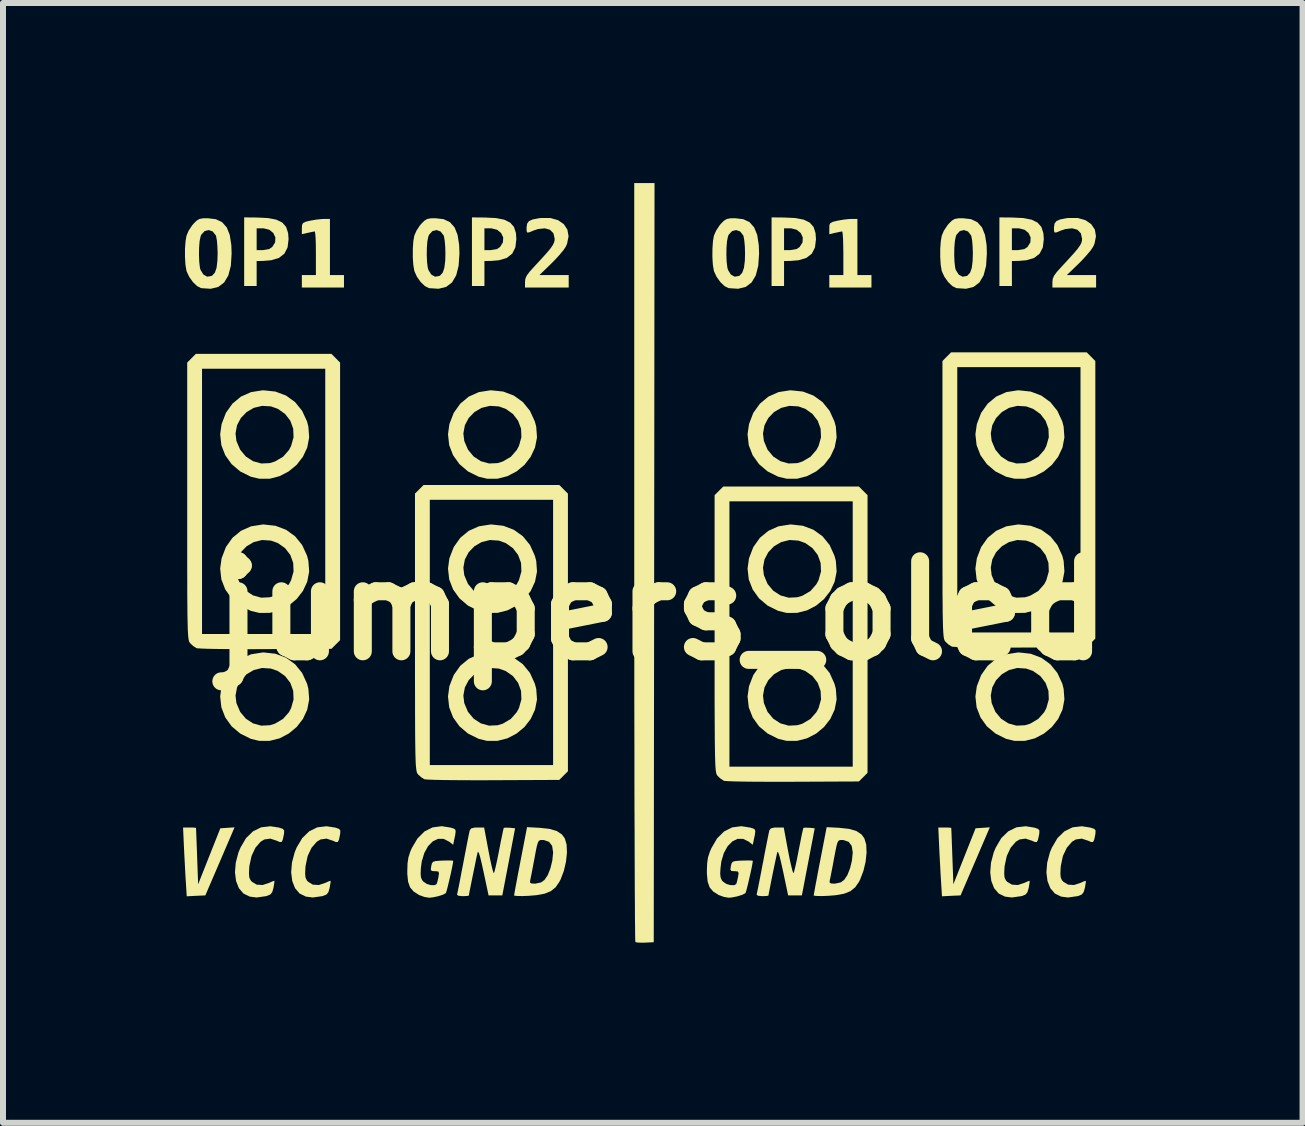
<source format=kicad_pcb>
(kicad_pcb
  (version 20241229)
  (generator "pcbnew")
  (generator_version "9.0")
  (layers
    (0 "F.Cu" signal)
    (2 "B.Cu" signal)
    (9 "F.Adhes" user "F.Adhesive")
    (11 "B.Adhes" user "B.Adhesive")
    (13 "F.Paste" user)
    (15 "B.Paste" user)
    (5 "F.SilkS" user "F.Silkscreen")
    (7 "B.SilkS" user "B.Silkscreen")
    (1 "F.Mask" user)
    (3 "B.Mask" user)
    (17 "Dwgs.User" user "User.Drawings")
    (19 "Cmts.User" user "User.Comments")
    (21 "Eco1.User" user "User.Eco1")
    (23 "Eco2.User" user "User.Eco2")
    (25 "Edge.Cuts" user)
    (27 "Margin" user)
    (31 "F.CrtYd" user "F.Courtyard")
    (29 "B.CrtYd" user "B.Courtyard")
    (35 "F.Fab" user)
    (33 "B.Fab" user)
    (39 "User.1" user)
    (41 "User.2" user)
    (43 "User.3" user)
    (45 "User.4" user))
  (footprint "jumpers_oled"
    (layer "F.Cu")
    (at 7.959 7.123)
    (property "Reference" "jumpers_oled" (at 0 0 0) (layer "F.SilkS") (effects (font (size 1.5 1.5) (thickness 0.3))))
    (attr board_only exclude_from_pos_files exclude_from_bom)
    (fp_poly (pts (xy -7.344 4.178) (xy -7.588 4.745) (xy -7.743 4.752) (xy -7.898 4.76) (xy -7.913 4.518) (xy -7.921 4.391) (xy -7.929 4.234) (xy -7.938 4.068) (xy -7.944 3.945) (xy -7.959 3.614) (xy -7.853 3.614) (xy -7.787 3.615) (xy -7.748 3.619) (xy -7.744 3.62) (xy -7.742 3.647) (xy -7.739 3.717) (xy -7.735 3.823) (xy -7.73 3.955) (xy -7.725 4.093) (xy -7.708 4.56) (xy -7.523 4.093) (xy -7.338 3.627) (xy -7.219 3.619) (xy -7.101 3.611)) (stroke (width 0) (type solid)) (fill yes) (layer "F.SilkS"))
    (fp_poly (pts (xy 5.239 4.178) (xy 4.995 4.745) (xy 4.84 4.752) (xy 4.685 4.76) (xy 4.67 4.518) (xy 4.662 4.391) (xy 4.654 4.234) (xy 4.645 4.068) (xy 4.639 3.945) (xy 4.624 3.614) (xy 4.73 3.614) (xy 4.796 3.615) (xy 4.835 3.619) (xy 4.839 3.62) (xy 4.841 3.647) (xy 4.844 3.717) (xy 4.848 3.823) (xy 4.853 3.955) (xy 4.858 4.093) (xy 4.875 4.56) (xy 5.06 4.093) (xy 5.245 3.627) (xy 5.364 3.619) (xy 5.482 3.611)) (stroke (width 0) (type solid)) (fill yes) (layer "F.SilkS"))
    (fp_poly (pts (xy -0.11 -0.799) (xy -0.117 5.525) (xy -0.261 5.532) (xy -0.344 5.533) (xy -0.404 5.528) (xy -0.423 5.521) (xy -0.425 5.494) (xy -0.427 5.417) (xy -0.428 5.292) (xy -0.43 5.123) (xy -0.431 4.91) (xy -0.433 4.656) (xy -0.434 4.364) (xy -0.435 4.035) (xy -0.436 3.673) (xy -0.438 3.278) (xy -0.439 2.855) (xy -0.439 2.403) (xy -0.44 1.927) (xy -0.441 1.428) (xy -0.441 0.908) (xy -0.442 0.37) (xy -0.442 -0.185) (xy -0.442 -0.753) (xy -0.442 -0.81) (xy -0.442 -7.123) (xy -0.273 -7.123) (xy -0.104 -7.123)) (stroke (width 0) (type solid)) (fill yes) (layer "F.SilkS"))
    (fp_poly (pts (xy -5.512 -6.058) (xy -5.512 -5.59) (xy -5.395 -5.59) (xy -5.278 -5.59) (xy -5.278 -5.486) (xy -5.278 -5.382) (xy -5.629 -5.382) (xy -5.98 -5.382) (xy -5.98 -5.486) (xy -5.98 -5.59) (xy -5.863 -5.59) (xy -5.746 -5.59) (xy -5.746 -5.954) (xy -5.747 -6.084) (xy -5.75 -6.194) (xy -5.756 -6.274) (xy -5.763 -6.314) (xy -5.765 -6.317) (xy -5.801 -6.311) (xy -5.865 -6.297) (xy -5.882 -6.294) (xy -5.98 -6.271) (xy -5.98 -6.368) (xy -5.977 -6.425) (xy -5.96 -6.457) (xy -5.917 -6.478) (xy -5.848 -6.495) (xy -5.747 -6.513) (xy -5.647 -6.524) (xy -5.614 -6.525) (xy -5.512 -6.525)) (stroke (width 0) (type solid)) (fill yes) (layer "F.SilkS"))
    (fp_poly (pts (xy 3.276 -6.058) (xy 3.276 -5.59) (xy 3.393 -5.59) (xy 3.51 -5.59) (xy 3.51 -5.486) (xy 3.51 -5.382) (xy 3.159 -5.382) (xy 2.808 -5.382) (xy 2.808 -5.486) (xy 2.808 -5.59) (xy 2.925 -5.59) (xy 3.042 -5.59) (xy 3.042 -5.954) (xy 3.04 -6.084) (xy 3.037 -6.194) (xy 3.031 -6.274) (xy 3.025 -6.314) (xy 3.022 -6.317) (xy 2.986 -6.311) (xy 2.922 -6.297) (xy 2.905 -6.294) (xy 2.808 -6.271) (xy 2.808 -6.368) (xy 2.81 -6.425) (xy 2.827 -6.457) (xy 2.87 -6.478) (xy 2.94 -6.495) (xy 3.04 -6.513) (xy 3.14 -6.524) (xy 3.174 -6.525) (xy 3.276 -6.525)) (stroke (width 0) (type solid)) (fill yes) (layer "F.SilkS"))
    (fp_poly (pts (xy -6.727 -6.549) (xy -6.543 -6.54) (xy -6.404 -6.513) (xy -6.305 -6.464) (xy -6.242 -6.392) (xy -6.209 -6.291) (xy -6.201 -6.188) (xy -6.218 -6.05) (xy -6.271 -5.947) (xy -6.361 -5.876) (xy -6.492 -5.837) (xy -6.623 -5.826) (xy -6.733 -5.824) (xy -6.733 -5.616) (xy -6.733 -5.408) (xy -6.837 -5.408) (xy -6.941 -5.408) (xy -6.941 -5.98) (xy -6.941 -6.369) (xy -6.733 -6.369) (xy -6.733 -6.188) (xy -6.733 -6.006) (xy -6.629 -6.006) (xy -6.524 -6.024) (xy -6.473 -6.058) (xy -6.425 -6.135) (xy -6.421 -6.217) (xy -6.455 -6.29) (xy -6.522 -6.345) (xy -6.617 -6.369) (xy -6.629 -6.369) (xy -6.733 -6.369) (xy -6.941 -6.369) (xy -6.941 -6.551)) (stroke (width 0) (type solid)) (fill yes) (layer "F.SilkS"))
    (fp_poly (pts (xy -2.931 -6.549) (xy -2.747 -6.54) (xy -2.608 -6.513) (xy -2.509 -6.464) (xy -2.446 -6.392) (xy -2.413 -6.291) (xy -2.406 -6.188) (xy -2.423 -6.05) (xy -2.475 -5.947) (xy -2.565 -5.876) (xy -2.696 -5.837) (xy -2.827 -5.826) (xy -2.938 -5.824) (xy -2.938 -5.616) (xy -2.938 -5.408) (xy -3.042 -5.408) (xy -3.146 -5.408) (xy -3.146 -5.98) (xy -3.146 -6.369) (xy -2.938 -6.369) (xy -2.938 -6.188) (xy -2.938 -6.006) (xy -2.834 -6.006) (xy -2.728 -6.024) (xy -2.678 -6.058) (xy -2.63 -6.135) (xy -2.625 -6.217) (xy -2.66 -6.29) (xy -2.727 -6.345) (xy -2.821 -6.369) (xy -2.834 -6.369) (xy -2.938 -6.369) (xy -3.146 -6.369) (xy -3.146 -6.551)) (stroke (width 0) (type solid)) (fill yes) (layer "F.SilkS"))
    (fp_poly (pts (xy 2.06 -6.549) (xy 2.244 -6.54) (xy 2.383 -6.513) (xy 2.482 -6.464) (xy 2.546 -6.392) (xy 2.578 -6.291) (xy 2.586 -6.188) (xy 2.569 -6.05) (xy 2.517 -5.947) (xy 2.426 -5.876) (xy 2.296 -5.837) (xy 2.164 -5.826) (xy 2.054 -5.824) (xy 2.054 -5.616) (xy 2.054 -5.408) (xy 1.95 -5.408) (xy 1.846 -5.408) (xy 1.846 -5.98) (xy 1.846 -6.369) (xy 2.054 -6.369) (xy 2.054 -6.188) (xy 2.054 -6.006) (xy 2.158 -6.006) (xy 2.263 -6.024) (xy 2.314 -6.058) (xy 2.362 -6.135) (xy 2.366 -6.217) (xy 2.332 -6.29) (xy 2.265 -6.345) (xy 2.171 -6.369) (xy 2.158 -6.369) (xy 2.054 -6.369) (xy 1.846 -6.369) (xy 1.846 -6.551)) (stroke (width 0) (type solid)) (fill yes) (layer "F.SilkS"))
    (fp_poly (pts (xy 5.856 -6.549) (xy 6.04 -6.54) (xy 6.179 -6.513) (xy 6.278 -6.464) (xy 6.341 -6.392) (xy 6.374 -6.291) (xy 6.382 -6.188) (xy 6.365 -6.05) (xy 6.312 -5.947) (xy 6.222 -5.876) (xy 6.092 -5.837) (xy 5.96 -5.826) (xy 5.85 -5.824) (xy 5.85 -5.616) (xy 5.85 -5.408) (xy 5.746 -5.408) (xy 5.642 -5.408) (xy 5.642 -5.98) (xy 5.642 -6.369) (xy 5.85 -6.369) (xy 5.85 -6.188) (xy 5.85 -6.006) (xy 5.954 -6.006) (xy 6.059 -6.024) (xy 6.11 -6.058) (xy 6.158 -6.135) (xy 6.162 -6.217) (xy 6.128 -6.29) (xy 6.061 -6.345) (xy 5.966 -6.369) (xy 5.954 -6.369) (xy 5.85 -6.369) (xy 5.642 -6.369) (xy 5.642 -6.551)) (stroke (width 0) (type solid)) (fill yes) (layer "F.SilkS"))
    (fp_poly (pts (xy -1.84 -6.541) (xy -1.712 -6.505) (xy -1.616 -6.439) (xy -1.556 -6.348) (xy -1.536 -6.237) (xy -1.561 -6.112) (xy -1.583 -6.063) (xy -1.623 -6.003) (xy -1.691 -5.922) (xy -1.775 -5.831) (xy -1.828 -5.778) (xy -2.022 -5.59) (xy -1.778 -5.59) (xy -1.534 -5.59) (xy -1.534 -5.486) (xy -1.534 -5.382) (xy -1.898 -5.382) (xy -2.262 -5.382) (xy -2.262 -5.475) (xy -2.256 -5.529) (xy -2.233 -5.582) (xy -2.186 -5.645) (xy -2.111 -5.728) (xy -1.991 -5.858) (xy -1.902 -5.956) (xy -1.84 -6.03) (xy -1.801 -6.086) (xy -1.779 -6.13) (xy -1.769 -6.169) (xy -1.768 -6.197) (xy -1.788 -6.286) (xy -1.846 -6.345) (xy -1.933 -6.369) (xy -2.045 -6.357) (xy -2.123 -6.331) (xy -2.192 -6.302) (xy -2.225 -6.298) (xy -2.235 -6.324) (xy -2.236 -6.382) (xy -2.227 -6.446) (xy -2.196 -6.489) (xy -2.134 -6.517) (xy -2.03 -6.537) (xy -1.995 -6.541)) (stroke (width 0) (type solid)) (fill yes) (layer "F.SilkS"))
    (fp_poly (pts (xy 6.947 -6.541) (xy 7.075 -6.505) (xy 7.171 -6.439) (xy 7.232 -6.348) (xy 7.251 -6.237) (xy 7.226 -6.112) (xy 7.204 -6.063) (xy 7.164 -6.003) (xy 7.096 -5.922) (xy 7.013 -5.831) (xy 6.96 -5.778) (xy 6.765 -5.59) (xy 7.009 -5.59) (xy 7.253 -5.59) (xy 7.253 -5.486) (xy 7.253 -5.382) (xy 6.889 -5.382) (xy 6.525 -5.382) (xy 6.525 -5.475) (xy 6.531 -5.529) (xy 6.554 -5.582) (xy 6.601 -5.645) (xy 6.676 -5.728) (xy 6.796 -5.858) (xy 6.885 -5.956) (xy 6.947 -6.03) (xy 6.987 -6.086) (xy 7.009 -6.13) (xy 7.018 -6.169) (xy 7.019 -6.197) (xy 6.999 -6.286) (xy 6.942 -6.345) (xy 6.854 -6.369) (xy 6.742 -6.357) (xy 6.664 -6.331) (xy 6.596 -6.302) (xy 6.563 -6.298) (xy 6.552 -6.324) (xy 6.551 -6.382) (xy 6.56 -6.446) (xy 6.591 -6.489) (xy 6.654 -6.517) (xy 6.757 -6.537) (xy 6.792 -6.541)) (stroke (width 0) (type solid)) (fill yes) (layer "F.SilkS"))
    (fp_poly (pts (xy -6.362 3.615) (xy -6.299 3.636) (xy -6.275 3.662) (xy -6.276 3.712) (xy -6.281 3.739) (xy -6.298 3.818) (xy -6.317 3.855) (xy -6.349 3.856) (xy -6.396 3.835) (xy -6.505 3.799) (xy -6.604 3.813) (xy -6.666 3.85) (xy -6.754 3.951) (xy -6.818 4.088) (xy -6.854 4.254) (xy -6.857 4.29) (xy -6.861 4.386) (xy -6.855 4.448) (xy -6.835 4.491) (xy -6.813 4.517) (xy -6.733 4.566) (xy -6.633 4.572) (xy -6.522 4.535) (xy -6.467 4.51) (xy -6.438 4.502) (xy -6.437 4.502) (xy -6.438 4.53) (xy -6.448 4.591) (xy -6.453 4.62) (xy -6.474 4.692) (xy -6.506 4.731) (xy -6.566 4.755) (xy -6.572 4.757) (xy -6.734 4.78) (xy -6.849 4.765) (xy -6.953 4.714) (xy -7.029 4.625) (xy -7.076 4.505) (xy -7.094 4.361) (xy -7.081 4.2) (xy -7.036 4.029) (xy -7.003 3.95) (xy -6.91 3.791) (xy -6.794 3.678) (xy -6.658 3.611) (xy -6.504 3.593)) (stroke (width 0) (type solid)) (fill yes) (layer "F.SilkS"))
    (fp_poly (pts (xy -5.426 3.615) (xy -5.363 3.636) (xy -5.339 3.662) (xy -5.341 3.712) (xy -5.345 3.739) (xy -5.362 3.818) (xy -5.381 3.855) (xy -5.413 3.856) (xy -5.46 3.835) (xy -5.569 3.799) (xy -5.668 3.813) (xy -5.73 3.85) (xy -5.818 3.951) (xy -5.883 4.088) (xy -5.918 4.254) (xy -5.921 4.29) (xy -5.925 4.386) (xy -5.919 4.448) (xy -5.899 4.491) (xy -5.877 4.517) (xy -5.797 4.566) (xy -5.697 4.572) (xy -5.586 4.535) (xy -5.531 4.51) (xy -5.502 4.502) (xy -5.501 4.502) (xy -5.502 4.53) (xy -5.512 4.591) (xy -5.517 4.62) (xy -5.538 4.692) (xy -5.57 4.731) (xy -5.63 4.755) (xy -5.636 4.757) (xy -5.798 4.78) (xy -5.913 4.765) (xy -6.017 4.714) (xy -6.093 4.625) (xy -6.14 4.505) (xy -6.158 4.361) (xy -6.145 4.2) (xy -6.1 4.029) (xy -6.068 3.95) (xy -5.974 3.791) (xy -5.858 3.678) (xy -5.722 3.611) (xy -5.569 3.593)) (stroke (width 0) (type solid)) (fill yes) (layer "F.SilkS"))
    (fp_poly (pts (xy 6.221 3.615) (xy 6.284 3.636) (xy 6.308 3.662) (xy 6.307 3.712) (xy 6.302 3.739) (xy 6.285 3.818) (xy 6.266 3.855) (xy 6.234 3.856) (xy 6.187 3.835) (xy 6.078 3.799) (xy 5.979 3.813) (xy 5.917 3.85) (xy 5.829 3.951) (xy 5.765 4.088) (xy 5.729 4.254) (xy 5.726 4.29) (xy 5.722 4.386) (xy 5.728 4.448) (xy 5.748 4.491) (xy 5.77 4.517) (xy 5.85 4.566) (xy 5.95 4.572) (xy 6.061 4.535) (xy 6.116 4.51) (xy 6.145 4.502) (xy 6.146 4.502) (xy 6.145 4.53) (xy 6.135 4.591) (xy 6.13 4.62) (xy 6.109 4.692) (xy 6.077 4.731) (xy 6.017 4.755) (xy 6.011 4.757) (xy 5.849 4.78) (xy 5.734 4.765) (xy 5.63 4.714) (xy 5.554 4.625) (xy 5.507 4.505) (xy 5.489 4.361) (xy 5.502 4.2) (xy 5.547 4.029) (xy 5.58 3.95) (xy 5.673 3.791) (xy 5.789 3.678) (xy 5.925 3.611) (xy 6.079 3.593)) (stroke (width 0) (type solid)) (fill yes) (layer "F.SilkS"))
    (fp_poly (pts (xy 7.157 3.615) (xy 7.22 3.636) (xy 7.244 3.662) (xy 7.242 3.712) (xy 7.238 3.739) (xy 7.221 3.818) (xy 7.202 3.855) (xy 7.17 3.856) (xy 7.123 3.835) (xy 7.014 3.799) (xy 6.915 3.813) (xy 6.853 3.85) (xy 6.765 3.951) (xy 6.7 4.088) (xy 6.665 4.254) (xy 6.662 4.29) (xy 6.658 4.386) (xy 6.664 4.448) (xy 6.684 4.491) (xy 6.706 4.517) (xy 6.786 4.566) (xy 6.886 4.572) (xy 6.997 4.535) (xy 7.052 4.51) (xy 7.081 4.502) (xy 7.082 4.502) (xy 7.081 4.53) (xy 7.071 4.591) (xy 7.066 4.62) (xy 7.045 4.692) (xy 7.013 4.731) (xy 6.953 4.755) (xy 6.947 4.757) (xy 6.785 4.78) (xy 6.67 4.765) (xy 6.566 4.714) (xy 6.49 4.625) (xy 6.443 4.505) (xy 6.425 4.361) (xy 6.438 4.2) (xy 6.483 4.029) (xy 6.516 3.95) (xy 6.609 3.791) (xy 6.725 3.678) (xy 6.861 3.611) (xy 7.014 3.593)) (stroke (width 0) (type solid)) (fill yes) (layer "F.SilkS"))
    (fp_poly (pts (xy -5.415 -4.205) (xy -5.343 -4.132) (xy -5.343 -1.82) (xy -5.343 0.493) (xy -5.415 0.565) (xy -5.487 0.637) (xy -6.585 0.642) (xy -6.82 0.643) (xy -7.041 0.642) (xy -7.241 0.641) (xy -7.415 0.639) (xy -7.557 0.636) (xy -7.661 0.632) (xy -7.722 0.628) (xy -7.734 0.626) (xy -7.791 0.59) (xy -7.838 0.546) (xy -7.847 0.535) (xy -7.855 0.522) (xy -7.862 0.502) (xy -7.868 0.473) (xy -7.873 0.431) (xy -7.877 0.373) (xy -7.881 0.296) (xy -7.883 0.197) (xy -7.886 0.072) (xy -7.887 -0.082) (xy -7.889 -0.268) (xy -7.889 -0.489) (xy -7.89 -0.749) (xy -7.89 -1.051) (xy -7.89 -1.399) (xy -7.89 -1.795) (xy -7.89 -1.822) (xy -7.89 -4.03) (xy -7.643 -4.03) (xy -7.643 -1.82) (xy -7.643 0.39) (xy -6.616 0.39) (xy -5.59 0.39) (xy -5.59 -1.82) (xy -5.59 -4.03) (xy -6.616 -4.03) (xy -7.643 -4.03) (xy -7.89 -4.03) (xy -7.89 -4.132) (xy -7.818 -4.205) (xy -7.746 -4.277) (xy -6.616 -4.277) (xy -5.487 -4.277)) (stroke (width 0) (type solid)) (fill yes) (layer "F.SilkS"))
    (fp_poly (pts (xy -1.619 -2.021) (xy -1.547 -1.949) (xy -1.547 0.364) (xy -1.547 2.677) (xy -1.619 2.749) (xy -1.691 2.821) (xy -2.789 2.826) (xy -3.024 2.827) (xy -3.245 2.826) (xy -3.445 2.825) (xy -3.619 2.823) (xy -3.761 2.82) (xy -3.865 2.816) (xy -3.926 2.812) (xy -3.939 2.81) (xy -3.995 2.774) (xy -4.043 2.73) (xy -4.052 2.719) (xy -4.06 2.705) (xy -4.066 2.686) (xy -4.072 2.656) (xy -4.077 2.615) (xy -4.082 2.557) (xy -4.085 2.48) (xy -4.088 2.381) (xy -4.09 2.256) (xy -4.092 2.102) (xy -4.093 1.916) (xy -4.094 1.695) (xy -4.094 1.435) (xy -4.095 1.132) (xy -4.095 0.785) (xy -4.095 0.389) (xy -4.095 0.362) (xy -4.095 -1.846) (xy -3.848 -1.846) (xy -3.848 0.364) (xy -3.848 2.574) (xy -2.821 2.574) (xy -1.794 2.574) (xy -1.794 0.364) (xy -1.794 -1.846) (xy -2.821 -1.846) (xy -3.848 -1.846) (xy -4.095 -1.846) (xy -4.095 -1.949) (xy -4.023 -2.021) (xy -3.951 -2.093) (xy -2.821 -2.093) (xy -1.691 -2.093)) (stroke (width 0) (type solid)) (fill yes) (layer "F.SilkS"))
    (fp_poly (pts (xy 3.373 -1.995) (xy 3.445 -1.923) (xy 3.445 0.39) (xy 3.445 2.703) (xy 3.373 2.775) (xy 3.301 2.847) (xy 2.203 2.852) (xy 1.967 2.853) (xy 1.746 2.852) (xy 1.546 2.851) (xy 1.372 2.849) (xy 1.23 2.846) (xy 1.126 2.842) (xy 1.065 2.838) (xy 1.053 2.836) (xy 0.997 2.8) (xy 0.949 2.756) (xy 0.94 2.745) (xy 0.932 2.731) (xy 0.925 2.712) (xy 0.919 2.682) (xy 0.914 2.641) (xy 0.91 2.583) (xy 0.907 2.506) (xy 0.904 2.407) (xy 0.902 2.282) (xy 0.9 2.128) (xy 0.899 1.942) (xy 0.898 1.721) (xy 0.897 1.461) (xy 0.897 1.158) (xy 0.897 0.811) (xy 0.897 0.415) (xy 0.897 0.388) (xy 0.897 -1.82) (xy 1.144 -1.82) (xy 1.144 0.39) (xy 1.144 2.6) (xy 2.171 2.6) (xy 3.198 2.6) (xy 3.198 0.39) (xy 3.198 -1.82) (xy 2.171 -1.82) (xy 1.144 -1.82) (xy 0.897 -1.82) (xy 0.897 -1.923) (xy 0.969 -1.995) (xy 1.041 -2.067) (xy 2.171 -2.067) (xy 3.301 -2.067)) (stroke (width 0) (type solid)) (fill yes) (layer "F.SilkS"))
    (fp_poly (pts (xy 7.168 -4.231) (xy 7.24 -4.158) (xy 7.24 -1.846) (xy 7.24 0.467) (xy 7.168 0.539) (xy 7.096 0.611) (xy 5.998 0.616) (xy 5.763 0.617) (xy 5.542 0.616) (xy 5.342 0.615) (xy 5.168 0.613) (xy 5.026 0.61) (xy 4.922 0.606) (xy 4.861 0.602) (xy 4.849 0.6) (xy 4.792 0.564) (xy 4.745 0.52) (xy 4.736 0.509) (xy 4.728 0.496) (xy 4.721 0.476) (xy 4.715 0.447) (xy 4.71 0.405) (xy 4.706 0.347) (xy 4.702 0.27) (xy 4.7 0.171) (xy 4.697 0.046) (xy 4.696 -0.108) (xy 4.694 -0.294) (xy 4.694 -0.515) (xy 4.693 -0.775) (xy 4.693 -1.077) (xy 4.693 -1.425) (xy 4.693 -1.821) (xy 4.693 -1.848) (xy 4.693 -4.056) (xy 4.94 -4.056) (xy 4.94 -1.846) (xy 4.94 0.364) (xy 5.967 0.364) (xy 6.993 0.364) (xy 6.993 -1.846) (xy 6.993 -4.056) (xy 5.967 -4.056) (xy 4.94 -4.056) (xy 4.693 -4.056) (xy 4.693 -4.158) (xy 4.765 -4.231) (xy 4.837 -4.303) (xy 5.967 -4.303) (xy 7.096 -4.303)) (stroke (width 0) (type solid)) (fill yes) (layer "F.SilkS"))
    (fp_poly (pts (xy -6.419 -3.649) (xy -6.242 -3.582) (xy -6.093 -3.474) (xy -5.975 -3.328) (xy -5.893 -3.15) (xy -5.871 -3.064) (xy -5.858 -2.886) (xy -5.89 -2.717) (xy -5.962 -2.563) (xy -6.067 -2.428) (xy -6.199 -2.319) (xy -6.35 -2.24) (xy -6.515 -2.197) (xy -6.688 -2.197) (xy -6.829 -2.23) (xy -7.006 -2.318) (xy -7.15 -2.44) (xy -7.256 -2.588) (xy -7.321 -2.756) (xy -7.341 -2.937) (xy -7.339 -2.951) (xy -7.085 -2.951) (xy -7.07 -2.826) (xy -7.008 -2.681) (xy -6.913 -2.567) (xy -6.793 -2.489) (xy -6.657 -2.451) (xy -6.513 -2.457) (xy -6.428 -2.484) (xy -6.293 -2.563) (xy -6.194 -2.676) (xy -6.159 -2.743) (xy -6.118 -2.888) (xy -6.124 -3.031) (xy -6.172 -3.163) (xy -6.259 -3.276) (xy -6.379 -3.361) (xy -6.494 -3.402) (xy -6.642 -3.411) (xy -6.78 -3.378) (xy -6.9 -3.308) (xy -6.996 -3.209) (xy -7.06 -3.088) (xy -7.085 -2.951) (xy -7.339 -2.951) (xy -7.317 -3.107) (xy -7.245 -3.295) (xy -7.136 -3.448) (xy -6.995 -3.565) (xy -6.826 -3.64) (xy -6.635 -3.67) (xy -6.616 -3.67)) (stroke (width 0) (type solid)) (fill yes) (layer "F.SilkS"))
    (fp_poly (pts (xy -6.419 -1.413) (xy -6.242 -1.346) (xy -6.093 -1.238) (xy -5.975 -1.093) (xy -5.893 -0.914) (xy -5.871 -0.828) (xy -5.858 -0.65) (xy -5.89 -0.482) (xy -5.962 -0.327) (xy -6.067 -0.192) (xy -6.199 -0.083) (xy -6.35 -0.004) (xy -6.515 0.038) (xy -6.688 0.039) (xy -6.829 0.005) (xy -7.006 -0.082) (xy -7.15 -0.204) (xy -7.256 -0.352) (xy -7.321 -0.52) (xy -7.341 -0.701) (xy -7.339 -0.715) (xy -7.085 -0.715) (xy -7.07 -0.59) (xy -7.008 -0.445) (xy -6.913 -0.331) (xy -6.793 -0.253) (xy -6.657 -0.215) (xy -6.513 -0.222) (xy -6.428 -0.248) (xy -6.293 -0.327) (xy -6.194 -0.44) (xy -6.159 -0.507) (xy -6.118 -0.652) (xy -6.124 -0.795) (xy -6.172 -0.927) (xy -6.259 -1.04) (xy -6.379 -1.125) (xy -6.494 -1.166) (xy -6.642 -1.176) (xy -6.78 -1.142) (xy -6.9 -1.072) (xy -6.996 -0.973) (xy -7.06 -0.852) (xy -7.085 -0.715) (xy -7.339 -0.715) (xy -7.317 -0.871) (xy -7.245 -1.059) (xy -7.136 -1.213) (xy -6.995 -1.329) (xy -6.826 -1.404) (xy -6.635 -1.434) (xy -6.616 -1.435)) (stroke (width 0) (type solid)) (fill yes) (layer "F.SilkS"))
    (fp_poly (pts (xy -6.419 0.719) (xy -6.242 0.786) (xy -6.093 0.894) (xy -5.975 1.039) (xy -5.893 1.218) (xy -5.871 1.304) (xy -5.858 1.481) (xy -5.89 1.65) (xy -5.962 1.805) (xy -6.067 1.94) (xy -6.199 2.049) (xy -6.35 2.128) (xy -6.515 2.17) (xy -6.688 2.171) (xy -6.829 2.137) (xy -7.006 2.049) (xy -7.15 1.928) (xy -7.256 1.78) (xy -7.321 1.612) (xy -7.341 1.43) (xy -7.339 1.416) (xy -7.085 1.416) (xy -7.07 1.541) (xy -7.008 1.687) (xy -6.913 1.801) (xy -6.793 1.879) (xy -6.657 1.917) (xy -6.513 1.91) (xy -6.428 1.884) (xy -6.293 1.804) (xy -6.194 1.692) (xy -6.159 1.625) (xy -6.118 1.48) (xy -6.124 1.337) (xy -6.172 1.204) (xy -6.259 1.091) (xy -6.379 1.007) (xy -6.494 0.966) (xy -6.642 0.956) (xy -6.78 0.99) (xy -6.9 1.06) (xy -6.996 1.159) (xy -7.06 1.28) (xy -7.085 1.416) (xy -7.339 1.416) (xy -7.317 1.26) (xy -7.245 1.073) (xy -7.136 0.919) (xy -6.995 0.803) (xy -6.826 0.728) (xy -6.635 0.698) (xy -6.616 0.697)) (stroke (width 0) (type solid)) (fill yes) (layer "F.SilkS"))
    (fp_poly (pts (xy -2.623 -3.649) (xy -2.447 -3.582) (xy -2.297 -3.474) (xy -2.179 -3.328) (xy -2.098 -3.15) (xy -2.075 -3.064) (xy -2.062 -2.886) (xy -2.095 -2.717) (xy -2.167 -2.563) (xy -2.271 -2.428) (xy -2.403 -2.319) (xy -2.554 -2.24) (xy -2.72 -2.197) (xy -2.893 -2.197) (xy -3.033 -2.23) (xy -3.211 -2.318) (xy -3.354 -2.44) (xy -3.46 -2.588) (xy -3.525 -2.756) (xy -3.545 -2.937) (xy -3.543 -2.951) (xy -3.289 -2.951) (xy -3.274 -2.826) (xy -3.212 -2.681) (xy -3.117 -2.567) (xy -2.998 -2.489) (xy -2.861 -2.451) (xy -2.717 -2.457) (xy -2.632 -2.484) (xy -2.497 -2.563) (xy -2.399 -2.676) (xy -2.363 -2.743) (xy -2.322 -2.888) (xy -2.328 -3.031) (xy -2.377 -3.163) (xy -2.463 -3.276) (xy -2.583 -3.361) (xy -2.698 -3.402) (xy -2.846 -3.411) (xy -2.984 -3.378) (xy -3.104 -3.308) (xy -3.2 -3.209) (xy -3.264 -3.088) (xy -3.289 -2.951) (xy -3.543 -2.951) (xy -3.522 -3.107) (xy -3.449 -3.295) (xy -3.34 -3.448) (xy -3.199 -3.565) (xy -3.031 -3.64) (xy -2.839 -3.67) (xy -2.821 -3.67)) (stroke (width 0) (type solid)) (fill yes) (layer "F.SilkS"))
    (fp_poly (pts (xy -2.623 -1.413) (xy -2.447 -1.346) (xy -2.297 -1.238) (xy -2.179 -1.093) (xy -2.098 -0.914) (xy -2.075 -0.828) (xy -2.062 -0.65) (xy -2.095 -0.482) (xy -2.167 -0.327) (xy -2.271 -0.192) (xy -2.403 -0.083) (xy -2.554 -0.004) (xy -2.72 0.038) (xy -2.893 0.039) (xy -3.033 0.005) (xy -3.211 -0.082) (xy -3.354 -0.204) (xy -3.46 -0.352) (xy -3.525 -0.52) (xy -3.545 -0.701) (xy -3.543 -0.715) (xy -3.289 -0.715) (xy -3.274 -0.59) (xy -3.212 -0.445) (xy -3.117 -0.331) (xy -2.998 -0.253) (xy -2.861 -0.215) (xy -2.717 -0.222) (xy -2.632 -0.248) (xy -2.497 -0.327) (xy -2.399 -0.44) (xy -2.363 -0.507) (xy -2.322 -0.652) (xy -2.328 -0.795) (xy -2.377 -0.927) (xy -2.463 -1.04) (xy -2.583 -1.125) (xy -2.698 -1.166) (xy -2.846 -1.176) (xy -2.984 -1.142) (xy -3.104 -1.072) (xy -3.2 -0.973) (xy -3.264 -0.852) (xy -3.289 -0.715) (xy -3.543 -0.715) (xy -3.522 -0.871) (xy -3.449 -1.059) (xy -3.34 -1.213) (xy -3.199 -1.329) (xy -3.031 -1.404) (xy -2.839 -1.434) (xy -2.821 -1.435)) (stroke (width 0) (type solid)) (fill yes) (layer "F.SilkS"))
    (fp_poly (pts (xy -2.623 0.719) (xy -2.447 0.786) (xy -2.297 0.894) (xy -2.179 1.039) (xy -2.098 1.218) (xy -2.075 1.304) (xy -2.062 1.481) (xy -2.095 1.65) (xy -2.167 1.805) (xy -2.271 1.94) (xy -2.403 2.049) (xy -2.554 2.128) (xy -2.72 2.17) (xy -2.893 2.171) (xy -3.033 2.137) (xy -3.211 2.049) (xy -3.354 1.928) (xy -3.46 1.78) (xy -3.525 1.612) (xy -3.545 1.43) (xy -3.543 1.416) (xy -3.289 1.416) (xy -3.274 1.541) (xy -3.212 1.687) (xy -3.117 1.801) (xy -2.998 1.879) (xy -2.861 1.917) (xy -2.717 1.91) (xy -2.632 1.884) (xy -2.497 1.804) (xy -2.399 1.692) (xy -2.363 1.625) (xy -2.322 1.48) (xy -2.328 1.337) (xy -2.377 1.204) (xy -2.463 1.091) (xy -2.583 1.007) (xy -2.698 0.966) (xy -2.846 0.956) (xy -2.984 0.99) (xy -3.104 1.06) (xy -3.2 1.159) (xy -3.264 1.28) (xy -3.289 1.416) (xy -3.543 1.416) (xy -3.522 1.26) (xy -3.449 1.073) (xy -3.34 0.919) (xy -3.199 0.803) (xy -3.031 0.728) (xy -2.839 0.698) (xy -2.821 0.697)) (stroke (width 0) (type solid)) (fill yes) (layer "F.SilkS"))
    (fp_poly (pts (xy 2.369 -3.649) (xy 2.545 -3.582) (xy 2.695 -3.474) (xy 2.813 -3.328) (xy 2.894 -3.15) (xy 2.917 -3.064) (xy 2.93 -2.886) (xy 2.897 -2.717) (xy 2.825 -2.563) (xy 2.72 -2.428) (xy 2.589 -2.319) (xy 2.437 -2.24) (xy 2.272 -2.197) (xy 2.099 -2.197) (xy 1.958 -2.23) (xy 1.781 -2.318) (xy 1.637 -2.44) (xy 1.531 -2.588) (xy 1.466 -2.756) (xy 1.446 -2.937) (xy 1.448 -2.951) (xy 1.703 -2.951) (xy 1.718 -2.826) (xy 1.779 -2.681) (xy 1.874 -2.567) (xy 1.994 -2.489) (xy 2.13 -2.451) (xy 2.275 -2.457) (xy 2.36 -2.484) (xy 2.495 -2.563) (xy 2.593 -2.676) (xy 2.629 -2.743) (xy 2.67 -2.888) (xy 2.663 -3.031) (xy 2.615 -3.163) (xy 2.528 -3.276) (xy 2.409 -3.361) (xy 2.294 -3.402) (xy 2.145 -3.411) (xy 2.008 -3.378) (xy 1.887 -3.308) (xy 1.792 -3.209) (xy 1.728 -3.088) (xy 1.703 -2.951) (xy 1.448 -2.951) (xy 1.47 -3.107) (xy 1.542 -3.295) (xy 1.652 -3.448) (xy 1.793 -3.565) (xy 1.961 -3.64) (xy 2.152 -3.67) (xy 2.171 -3.67)) (stroke (width 0) (type solid)) (fill yes) (layer "F.SilkS"))
    (fp_poly (pts (xy 2.369 -1.413) (xy 2.545 -1.346) (xy 2.695 -1.238) (xy 2.813 -1.093) (xy 2.894 -0.914) (xy 2.917 -0.828) (xy 2.93 -0.65) (xy 2.897 -0.482) (xy 2.825 -0.327) (xy 2.72 -0.192) (xy 2.589 -0.083) (xy 2.437 -0.004) (xy 2.272 0.038) (xy 2.099 0.039) (xy 1.958 0.005) (xy 1.781 -0.082) (xy 1.637 -0.204) (xy 1.531 -0.352) (xy 1.466 -0.52) (xy 1.446 -0.701) (xy 1.448 -0.715) (xy 1.703 -0.715) (xy 1.718 -0.59) (xy 1.779 -0.445) (xy 1.874 -0.331) (xy 1.994 -0.253) (xy 2.13 -0.215) (xy 2.275 -0.222) (xy 2.36 -0.248) (xy 2.495 -0.327) (xy 2.593 -0.44) (xy 2.629 -0.507) (xy 2.67 -0.652) (xy 2.663 -0.795) (xy 2.615 -0.927) (xy 2.528 -1.04) (xy 2.409 -1.125) (xy 2.294 -1.166) (xy 2.145 -1.176) (xy 2.008 -1.142) (xy 1.887 -1.072) (xy 1.792 -0.973) (xy 1.728 -0.852) (xy 1.703 -0.715) (xy 1.448 -0.715) (xy 1.47 -0.871) (xy 1.542 -1.059) (xy 1.652 -1.213) (xy 1.793 -1.329) (xy 1.961 -1.404) (xy 2.152 -1.434) (xy 2.171 -1.435)) (stroke (width 0) (type solid)) (fill yes) (layer "F.SilkS"))
    (fp_poly (pts (xy 2.369 0.719) (xy 2.545 0.786) (xy 2.695 0.894) (xy 2.813 1.039) (xy 2.894 1.218) (xy 2.917 1.304) (xy 2.93 1.481) (xy 2.897 1.65) (xy 2.825 1.805) (xy 2.72 1.94) (xy 2.589 2.049) (xy 2.437 2.128) (xy 2.272 2.17) (xy 2.099 2.171) (xy 1.958 2.137) (xy 1.781 2.049) (xy 1.637 1.928) (xy 1.531 1.78) (xy 1.466 1.612) (xy 1.446 1.43) (xy 1.448 1.416) (xy 1.703 1.416) (xy 1.718 1.541) (xy 1.779 1.687) (xy 1.874 1.801) (xy 1.994 1.879) (xy 2.13 1.917) (xy 2.275 1.91) (xy 2.36 1.884) (xy 2.495 1.804) (xy 2.593 1.692) (xy 2.629 1.625) (xy 2.67 1.48) (xy 2.663 1.337) (xy 2.615 1.204) (xy 2.528 1.091) (xy 2.409 1.007) (xy 2.294 0.966) (xy 2.145 0.956) (xy 2.008 0.99) (xy 1.887 1.06) (xy 1.792 1.159) (xy 1.728 1.28) (xy 1.703 1.416) (xy 1.448 1.416) (xy 1.47 1.26) (xy 1.542 1.073) (xy 1.652 0.919) (xy 1.793 0.803) (xy 1.961 0.728) (xy 2.152 0.698) (xy 2.171 0.697)) (stroke (width 0) (type solid)) (fill yes) (layer "F.SilkS"))
    (fp_poly (pts (xy 6.164 -3.649) (xy 6.341 -3.582) (xy 6.49 -3.474) (xy 6.608 -3.328) (xy 6.69 -3.15) (xy 6.712 -3.064) (xy 6.725 -2.886) (xy 6.693 -2.717) (xy 6.621 -2.563) (xy 6.516 -2.428) (xy 6.384 -2.319) (xy 6.233 -2.24) (xy 6.068 -2.197) (xy 5.895 -2.197) (xy 5.754 -2.23) (xy 5.577 -2.318) (xy 5.433 -2.44) (xy 5.327 -2.588) (xy 5.262 -2.756) (xy 5.242 -2.937) (xy 5.244 -2.951) (xy 5.498 -2.951) (xy 5.513 -2.826) (xy 5.575 -2.681) (xy 5.67 -2.567) (xy 5.79 -2.489) (xy 5.926 -2.451) (xy 6.07 -2.457) (xy 6.155 -2.484) (xy 6.29 -2.563) (xy 6.389 -2.676) (xy 6.424 -2.743) (xy 6.465 -2.888) (xy 6.459 -3.031) (xy 6.411 -3.163) (xy 6.324 -3.276) (xy 6.204 -3.361) (xy 6.089 -3.402) (xy 5.941 -3.411) (xy 5.803 -3.378) (xy 5.683 -3.308) (xy 5.587 -3.209) (xy 5.523 -3.088) (xy 5.498 -2.951) (xy 5.244 -2.951) (xy 5.266 -3.107) (xy 5.338 -3.295) (xy 5.447 -3.448) (xy 5.588 -3.565) (xy 5.757 -3.64) (xy 5.948 -3.67) (xy 5.967 -3.67)) (stroke (width 0) (type solid)) (fill yes) (layer "F.SilkS"))
    (fp_poly (pts (xy 6.164 -1.413) (xy 6.341 -1.346) (xy 6.49 -1.238) (xy 6.608 -1.093) (xy 6.69 -0.914) (xy 6.712 -0.828) (xy 6.725 -0.65) (xy 6.693 -0.482) (xy 6.621 -0.327) (xy 6.516 -0.192) (xy 6.384 -0.083) (xy 6.233 -0.004) (xy 6.068 0.038) (xy 5.895 0.039) (xy 5.754 0.005) (xy 5.577 -0.082) (xy 5.433 -0.204) (xy 5.327 -0.352) (xy 5.262 -0.52) (xy 5.242 -0.701) (xy 5.244 -0.715) (xy 5.498 -0.715) (xy 5.513 -0.59) (xy 5.575 -0.445) (xy 5.67 -0.331) (xy 5.79 -0.253) (xy 5.926 -0.215) (xy 6.07 -0.222) (xy 6.155 -0.248) (xy 6.29 -0.327) (xy 6.389 -0.44) (xy 6.424 -0.507) (xy 6.465 -0.652) (xy 6.459 -0.795) (xy 6.411 -0.927) (xy 6.324 -1.04) (xy 6.204 -1.125) (xy 6.089 -1.166) (xy 5.941 -1.176) (xy 5.803 -1.142) (xy 5.683 -1.072) (xy 5.587 -0.973) (xy 5.523 -0.852) (xy 5.498 -0.715) (xy 5.244 -0.715) (xy 5.266 -0.871) (xy 5.338 -1.059) (xy 5.447 -1.213) (xy 5.588 -1.329) (xy 5.757 -1.404) (xy 5.948 -1.434) (xy 5.967 -1.435)) (stroke (width 0) (type solid)) (fill yes) (layer "F.SilkS"))
    (fp_poly (pts (xy 6.164 0.719) (xy 6.341 0.786) (xy 6.49 0.894) (xy 6.608 1.039) (xy 6.69 1.218) (xy 6.712 1.304) (xy 6.725 1.481) (xy 6.693 1.65) (xy 6.621 1.805) (xy 6.516 1.94) (xy 6.384 2.049) (xy 6.233 2.128) (xy 6.068 2.17) (xy 5.895 2.171) (xy 5.754 2.137) (xy 5.577 2.049) (xy 5.433 1.928) (xy 5.327 1.78) (xy 5.262 1.612) (xy 5.242 1.43) (xy 5.244 1.416) (xy 5.498 1.416) (xy 5.513 1.541) (xy 5.575 1.687) (xy 5.67 1.801) (xy 5.79 1.879) (xy 5.926 1.917) (xy 6.07 1.91) (xy 6.155 1.884) (xy 6.29 1.804) (xy 6.389 1.692) (xy 6.424 1.625) (xy 6.465 1.48) (xy 6.459 1.337) (xy 6.411 1.204) (xy 6.324 1.091) (xy 6.204 1.007) (xy 6.089 0.966) (xy 5.941 0.956) (xy 5.803 0.99) (xy 5.683 1.06) (xy 5.587 1.159) (xy 5.523 1.28) (xy 5.498 1.416) (xy 5.244 1.416) (xy 5.266 1.26) (xy 5.338 1.073) (xy 5.447 0.919) (xy 5.588 0.803) (xy 5.757 0.728) (xy 5.948 0.698) (xy 5.967 0.697)) (stroke (width 0) (type solid)) (fill yes) (layer "F.SilkS"))
    (fp_poly (pts (xy -2.017 3.619) (xy -1.853 3.637) (xy -1.731 3.673) (xy -1.647 3.73) (xy -1.599 3.795) (xy -1.569 3.898) (xy -1.563 4.032) (xy -1.579 4.184) (xy -1.615 4.338) (xy -1.67 4.482) (xy -1.692 4.523) (xy -1.754 4.612) (xy -1.833 4.675) (xy -1.937 4.717) (xy -2.077 4.742) (xy -2.199 4.752) (xy -2.305 4.756) (xy -2.387 4.755) (xy -2.436 4.75) (xy -2.444 4.746) (xy -2.439 4.715) (xy -2.426 4.642) (xy -2.406 4.533) (xy -2.405 4.53) (xy -2.179 4.53) (xy -2.156 4.546) (xy -2.094 4.55) (xy -1.995 4.529) (xy -1.938 4.488) (xy -1.884 4.409) (xy -1.839 4.296) (xy -1.807 4.165) (xy -1.794 4.035) (xy -1.794 4.026) (xy -1.81 3.92) (xy -1.861 3.853) (xy -1.946 3.823) (xy -1.979 3.822) (xy -2.008 3.824) (xy -2.03 3.835) (xy -2.047 3.865) (xy -2.064 3.921) (xy -2.083 4.013) (xy -2.104 4.127) (xy -2.128 4.253) (xy -2.149 4.364) (xy -2.166 4.448) (xy -2.175 4.491) (xy -2.179 4.53) (xy -2.405 4.53) (xy -2.38 4.395) (xy -2.349 4.237) (xy -2.336 4.167) (xy -2.228 3.608)) (stroke (width 0) (type solid)) (fill yes) (layer "F.SilkS"))
    (fp_poly (pts (xy 2.974 3.619) (xy 3.139 3.637) (xy 3.26 3.673) (xy 3.345 3.73) (xy 3.392 3.795) (xy 3.423 3.898) (xy 3.429 4.032) (xy 3.413 4.184) (xy 3.376 4.338) (xy 3.321 4.482) (xy 3.3 4.523) (xy 3.237 4.612) (xy 3.159 4.675) (xy 3.054 4.717) (xy 2.915 4.742) (xy 2.792 4.752) (xy 2.687 4.756) (xy 2.604 4.755) (xy 2.556 4.75) (xy 2.548 4.746) (xy 2.553 4.715) (xy 2.566 4.642) (xy 2.586 4.533) (xy 2.587 4.53) (xy 2.813 4.53) (xy 2.836 4.546) (xy 2.897 4.55) (xy 2.997 4.529) (xy 3.054 4.488) (xy 3.108 4.409) (xy 3.153 4.296) (xy 3.185 4.165) (xy 3.198 4.035) (xy 3.198 4.026) (xy 3.181 3.92) (xy 3.131 3.853) (xy 3.045 3.823) (xy 3.013 3.822) (xy 2.983 3.824) (xy 2.962 3.835) (xy 2.944 3.865) (xy 2.928 3.921) (xy 2.909 4.013) (xy 2.887 4.127) (xy 2.864 4.253) (xy 2.842 4.364) (xy 2.826 4.448) (xy 2.816 4.491) (xy 2.813 4.53) (xy 2.587 4.53) (xy 2.612 4.395) (xy 2.642 4.237) (xy 2.656 4.167) (xy 2.764 3.608)) (stroke (width 0) (type solid)) (fill yes) (layer "F.SilkS"))
    (fp_poly (pts (xy -7.413 -6.521) (xy -7.308 -6.471) (xy -7.231 -6.384) (xy -7.181 -6.258) (xy -7.155 -6.09) (xy -7.15 -5.949) (xy -7.163 -5.744) (xy -7.205 -5.584) (xy -7.274 -5.467) (xy -7.371 -5.393) (xy -7.497 -5.362) (xy -7.653 -5.372) (xy -7.662 -5.374) (xy -7.726 -5.407) (xy -7.795 -5.474) (xy -7.857 -5.561) (xy -7.899 -5.651) (xy -7.902 -5.66) (xy -7.919 -5.76) (xy -7.927 -5.89) (xy -7.927 -5.925) (xy -7.694 -5.925) (xy -7.689 -5.807) (xy -7.678 -5.712) (xy -7.668 -5.676) (xy -7.62 -5.599) (xy -7.556 -5.563) (xy -7.486 -5.575) (xy -7.472 -5.583) (xy -7.429 -5.631) (xy -7.401 -5.71) (xy -7.387 -5.828) (xy -7.383 -5.951) (xy -7.387 -6.064) (xy -7.395 -6.164) (xy -7.408 -6.235) (xy -7.413 -6.251) (xy -7.465 -6.317) (xy -7.532 -6.34) (xy -7.6 -6.323) (xy -7.654 -6.265) (xy -7.667 -6.235) (xy -7.683 -6.157) (xy -7.692 -6.047) (xy -7.694 -5.925) (xy -7.927 -5.925) (xy -7.927 -6.03) (xy -7.917 -6.159) (xy -7.901 -6.248) (xy -7.866 -6.33) (xy -7.809 -6.416) (xy -7.787 -6.443) (xy -7.733 -6.497) (xy -7.686 -6.525) (xy -7.624 -6.536) (xy -7.548 -6.537)) (stroke (width 0) (type solid)) (fill yes) (layer "F.SilkS"))
    (fp_poly (pts (xy -3.617 -6.521) (xy -3.512 -6.471) (xy -3.435 -6.384) (xy -3.385 -6.258) (xy -3.359 -6.09) (xy -3.354 -5.949) (xy -3.368 -5.744) (xy -3.409 -5.584) (xy -3.478 -5.467) (xy -3.576 -5.393) (xy -3.702 -5.362) (xy -3.857 -5.372) (xy -3.866 -5.374) (xy -3.93 -5.407) (xy -4 -5.474) (xy -4.062 -5.561) (xy -4.103 -5.651) (xy -4.106 -5.66) (xy -4.123 -5.76) (xy -4.132 -5.89) (xy -4.131 -5.925) (xy -3.899 -5.925) (xy -3.894 -5.807) (xy -3.882 -5.712) (xy -3.872 -5.676) (xy -3.824 -5.599) (xy -3.761 -5.563) (xy -3.69 -5.575) (xy -3.676 -5.583) (xy -3.633 -5.631) (xy -3.606 -5.71) (xy -3.591 -5.828) (xy -3.588 -5.951) (xy -3.591 -6.064) (xy -3.6 -6.164) (xy -3.612 -6.235) (xy -3.618 -6.251) (xy -3.67 -6.317) (xy -3.736 -6.34) (xy -3.804 -6.323) (xy -3.858 -6.265) (xy -3.872 -6.235) (xy -3.888 -6.157) (xy -3.897 -6.047) (xy -3.899 -5.925) (xy -4.131 -5.925) (xy -4.131 -6.03) (xy -4.122 -6.159) (xy -4.106 -6.248) (xy -4.07 -6.33) (xy -4.014 -6.416) (xy -3.991 -6.443) (xy -3.937 -6.497) (xy -3.89 -6.525) (xy -3.828 -6.536) (xy -3.753 -6.537)) (stroke (width 0) (type solid)) (fill yes) (layer "F.SilkS"))
    (fp_poly (pts (xy 1.375 -6.521) (xy 1.48 -6.471) (xy 1.556 -6.384) (xy 1.607 -6.258) (xy 1.633 -6.09) (xy 1.638 -5.949) (xy 1.624 -5.744) (xy 1.583 -5.584) (xy 1.513 -5.467) (xy 1.416 -5.393) (xy 1.29 -5.362) (xy 1.134 -5.372) (xy 1.126 -5.374) (xy 1.061 -5.407) (xy 0.992 -5.474) (xy 0.93 -5.561) (xy 0.888 -5.651) (xy 0.885 -5.66) (xy 0.868 -5.76) (xy 0.86 -5.89) (xy 0.86 -5.925) (xy 1.093 -5.925) (xy 1.098 -5.807) (xy 1.11 -5.712) (xy 1.12 -5.676) (xy 1.167 -5.599) (xy 1.231 -5.563) (xy 1.301 -5.575) (xy 1.316 -5.583) (xy 1.358 -5.631) (xy 1.386 -5.71) (xy 1.401 -5.828) (xy 1.404 -5.951) (xy 1.401 -6.064) (xy 1.392 -6.164) (xy 1.379 -6.235) (xy 1.374 -6.251) (xy 1.322 -6.317) (xy 1.255 -6.34) (xy 1.188 -6.323) (xy 1.133 -6.265) (xy 1.12 -6.235) (xy 1.104 -6.157) (xy 1.095 -6.047) (xy 1.093 -5.925) (xy 0.86 -5.925) (xy 0.861 -6.03) (xy 0.87 -6.159) (xy 0.886 -6.248) (xy 0.922 -6.33) (xy 0.978 -6.416) (xy 1 -6.443) (xy 1.054 -6.497) (xy 1.102 -6.525) (xy 1.164 -6.536) (xy 1.239 -6.537)) (stroke (width 0) (type solid)) (fill yes) (layer "F.SilkS"))
    (fp_poly (pts (xy 5.17 -6.521) (xy 5.275 -6.471) (xy 5.352 -6.384) (xy 5.402 -6.258) (xy 5.429 -6.09) (xy 5.433 -5.949) (xy 5.42 -5.744) (xy 5.378 -5.584) (xy 5.309 -5.467) (xy 5.212 -5.393) (xy 5.086 -5.362) (xy 4.93 -5.372) (xy 4.921 -5.374) (xy 4.857 -5.407) (xy 4.788 -5.474) (xy 4.726 -5.561) (xy 4.684 -5.651) (xy 4.681 -5.66) (xy 4.664 -5.76) (xy 4.656 -5.89) (xy 4.656 -5.925) (xy 4.889 -5.925) (xy 4.894 -5.807) (xy 4.905 -5.712) (xy 4.915 -5.676) (xy 4.963 -5.599) (xy 5.027 -5.563) (xy 5.097 -5.575) (xy 5.111 -5.583) (xy 5.154 -5.631) (xy 5.182 -5.71) (xy 5.196 -5.828) (xy 5.2 -5.951) (xy 5.196 -6.064) (xy 5.188 -6.164) (xy 5.175 -6.235) (xy 5.17 -6.251) (xy 5.118 -6.317) (xy 5.051 -6.34) (xy 4.983 -6.323) (xy 4.929 -6.265) (xy 4.916 -6.235) (xy 4.9 -6.157) (xy 4.891 -6.047) (xy 4.889 -5.925) (xy 4.656 -5.925) (xy 4.656 -6.03) (xy 4.666 -6.159) (xy 4.682 -6.248) (xy 4.717 -6.33) (xy 4.774 -6.416) (xy 4.796 -6.443) (xy 4.85 -6.497) (xy 4.897 -6.525) (xy 4.959 -6.536) (xy 5.035 -6.537)) (stroke (width 0) (type solid)) (fill yes) (layer "F.SilkS"))
    (fp_poly (pts (xy -2.87 4.004) (xy -2.844 4.137) (xy -2.82 4.248) (xy -2.8 4.328) (xy -2.785 4.371) (xy -2.78 4.374) (xy -2.769 4.343) (xy -2.751 4.27) (xy -2.728 4.166) (xy -2.702 4.039) (xy -2.693 3.992) (xy -2.668 3.862) (xy -2.645 3.751) (xy -2.628 3.668) (xy -2.617 3.625) (xy -2.615 3.62) (xy -2.585 3.616) (xy -2.525 3.618) (xy -2.516 3.618) (xy -2.427 3.627) (xy -2.533 4.186) (xy -2.64 4.745) (xy -2.755 4.745) (xy -2.869 4.745) (xy -2.952 4.355) (xy -2.986 4.201) (xy -3.012 4.096) (xy -3.031 4.036) (xy -3.045 4.018) (xy -3.051 4.03) (xy -3.062 4.074) (xy -3.079 4.154) (xy -3.1 4.258) (xy -3.124 4.374) (xy -3.148 4.492) (xy -3.17 4.6) (xy -3.187 4.685) (xy -3.196 4.738) (xy -3.198 4.748) (xy -3.221 4.754) (xy -3.278 4.757) (xy -3.301 4.758) (xy -3.371 4.751) (xy -3.394 4.732) (xy -3.393 4.725) (xy -3.385 4.69) (xy -3.369 4.613) (xy -3.347 4.502) (xy -3.321 4.364) (xy -3.291 4.21) (xy -3.289 4.199) (xy -3.259 4.042) (xy -3.232 3.902) (xy -3.209 3.785) (xy -3.192 3.702) (xy -3.182 3.66) (xy -3.182 3.659) (xy -3.158 3.629) (xy -3.101 3.615) (xy -3.055 3.614) (xy -2.943 3.614)) (stroke (width 0) (type solid)) (fill yes) (layer "F.SilkS"))
    (fp_poly (pts (xy 2.121 4.004) (xy 2.147 4.137) (xy 2.172 4.248) (xy 2.192 4.328) (xy 2.207 4.371) (xy 2.212 4.374) (xy 2.223 4.343) (xy 2.241 4.27) (xy 2.264 4.166) (xy 2.289 4.039) (xy 2.298 3.992) (xy 2.324 3.862) (xy 2.346 3.751) (xy 2.364 3.668) (xy 2.375 3.625) (xy 2.377 3.62) (xy 2.407 3.616) (xy 2.467 3.618) (xy 2.476 3.618) (xy 2.565 3.627) (xy 2.458 4.186) (xy 2.351 4.745) (xy 2.237 4.745) (xy 2.122 4.745) (xy 2.04 4.355) (xy 2.006 4.201) (xy 1.98 4.096) (xy 1.96 4.036) (xy 1.947 4.018) (xy 1.94 4.03) (xy 1.93 4.074) (xy 1.913 4.154) (xy 1.891 4.258) (xy 1.867 4.374) (xy 1.843 4.492) (xy 1.822 4.6) (xy 1.805 4.685) (xy 1.795 4.738) (xy 1.794 4.748) (xy 1.771 4.754) (xy 1.713 4.757) (xy 1.691 4.758) (xy 1.62 4.751) (xy 1.597 4.732) (xy 1.598 4.725) (xy 1.606 4.69) (xy 1.622 4.613) (xy 1.644 4.502) (xy 1.671 4.364) (xy 1.7 4.21) (xy 1.703 4.199) (xy 1.732 4.042) (xy 1.76 3.902) (xy 1.783 3.785) (xy 1.8 3.702) (xy 1.809 3.66) (xy 1.81 3.659) (xy 1.834 3.629) (xy 1.89 3.615) (xy 1.936 3.614) (xy 2.049 3.614)) (stroke (width 0) (type solid)) (fill yes) (layer "F.SilkS"))
    (fp_poly (pts (xy -3.503 3.615) (xy -3.453 3.63) (xy -3.425 3.647) (xy -3.417 3.679) (xy -3.425 3.739) (xy -3.444 3.829) (xy -3.459 3.902) (xy -3.527 3.849) (xy -3.619 3.803) (xy -3.712 3.803) (xy -3.8 3.846) (xy -3.878 3.926) (xy -3.94 4.039) (xy -3.982 4.179) (xy -3.997 4.29) (xy -4.001 4.386) (xy -3.995 4.448) (xy -3.975 4.491) (xy -3.953 4.517) (xy -3.898 4.554) (xy -3.83 4.574) (xy -3.768 4.575) (xy -3.735 4.556) (xy -3.722 4.519) (xy -3.707 4.454) (xy -3.704 4.439) (xy -3.695 4.376) (xy -3.705 4.348) (xy -3.745 4.342) (xy -3.764 4.342) (xy -3.815 4.338) (xy -3.832 4.315) (xy -3.824 4.258) (xy -3.824 4.257) (xy -3.813 4.212) (xy -3.794 4.186) (xy -3.754 4.173) (xy -3.682 4.167) (xy -3.632 4.165) (xy -3.545 4.163) (xy -3.482 4.164) (xy -3.458 4.169) (xy -3.458 4.169) (xy -3.463 4.21) (xy -3.478 4.286) (xy -3.498 4.382) (xy -3.522 4.484) (xy -3.545 4.581) (xy -3.565 4.658) (xy -3.579 4.702) (xy -3.582 4.708) (xy -3.633 4.735) (xy -3.713 4.76) (xy -3.8 4.778) (xy -3.858 4.784) (xy -3.937 4.771) (xy -4.021 4.741) (xy -4.028 4.738) (xy -4.118 4.68) (xy -4.177 4.611) (xy -4.21 4.517) (xy -4.223 4.388) (xy -4.223 4.333) (xy -4.219 4.208) (xy -4.204 4.112) (xy -4.175 4.02) (xy -4.148 3.957) (xy -4.053 3.796) (xy -3.937 3.68) (xy -3.802 3.612) (xy -3.65 3.592)) (stroke (width 0) (type solid)) (fill yes) (layer "F.SilkS"))
    (fp_poly (pts (xy 1.489 3.615) (xy 1.539 3.63) (xy 1.567 3.647) (xy 1.575 3.679) (xy 1.567 3.739) (xy 1.548 3.829) (xy 1.532 3.902) (xy 1.465 3.849) (xy 1.372 3.803) (xy 1.279 3.803) (xy 1.192 3.846) (xy 1.114 3.926) (xy 1.051 4.039) (xy 1.009 4.179) (xy 0.995 4.29) (xy 0.99 4.386) (xy 0.997 4.448) (xy 1.016 4.491) (xy 1.038 4.517) (xy 1.093 4.554) (xy 1.162 4.574) (xy 1.224 4.575) (xy 1.257 4.556) (xy 1.269 4.519) (xy 1.284 4.454) (xy 1.287 4.439) (xy 1.297 4.376) (xy 1.286 4.348) (xy 1.247 4.342) (xy 1.228 4.342) (xy 1.176 4.338) (xy 1.16 4.315) (xy 1.168 4.258) (xy 1.168 4.257) (xy 1.179 4.212) (xy 1.198 4.186) (xy 1.237 4.173) (xy 1.31 4.167) (xy 1.359 4.165) (xy 1.447 4.163) (xy 1.51 4.164) (xy 1.534 4.169) (xy 1.534 4.169) (xy 1.528 4.21) (xy 1.514 4.286) (xy 1.493 4.382) (xy 1.47 4.484) (xy 1.447 4.581) (xy 1.427 4.658) (xy 1.413 4.702) (xy 1.41 4.708) (xy 1.359 4.735) (xy 1.279 4.76) (xy 1.192 4.778) (xy 1.134 4.784) (xy 1.055 4.771) (xy 0.971 4.741) (xy 0.964 4.738) (xy 0.873 4.68) (xy 0.814 4.611) (xy 0.781 4.517) (xy 0.769 4.388) (xy 0.768 4.333) (xy 0.773 4.208) (xy 0.787 4.112) (xy 0.817 4.02) (xy 0.844 3.957) (xy 0.938 3.796) (xy 1.054 3.68) (xy 1.19 3.612) (xy 1.342 3.592)) (stroke (width 0) (type solid)) (fill yes) (layer "F.SilkS")))
  (gr_rect
    (start -3 -3)
    (end 18.652 15.657)
    (stroke (width 0.1) (type default))
    (fill no)
    (layer "Edge.Cuts")))
</source>
